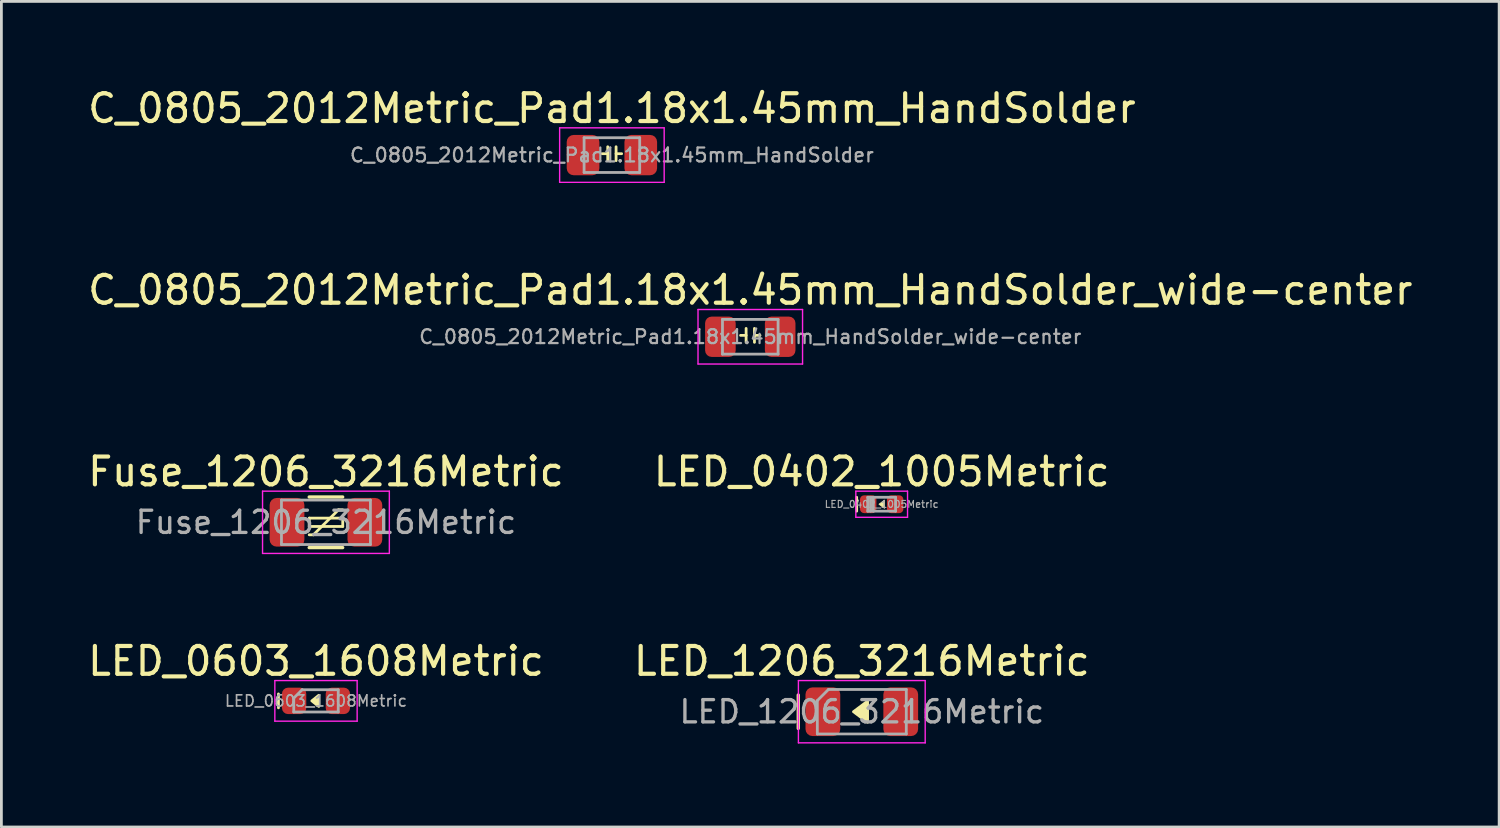
<source format=kicad_pcb>
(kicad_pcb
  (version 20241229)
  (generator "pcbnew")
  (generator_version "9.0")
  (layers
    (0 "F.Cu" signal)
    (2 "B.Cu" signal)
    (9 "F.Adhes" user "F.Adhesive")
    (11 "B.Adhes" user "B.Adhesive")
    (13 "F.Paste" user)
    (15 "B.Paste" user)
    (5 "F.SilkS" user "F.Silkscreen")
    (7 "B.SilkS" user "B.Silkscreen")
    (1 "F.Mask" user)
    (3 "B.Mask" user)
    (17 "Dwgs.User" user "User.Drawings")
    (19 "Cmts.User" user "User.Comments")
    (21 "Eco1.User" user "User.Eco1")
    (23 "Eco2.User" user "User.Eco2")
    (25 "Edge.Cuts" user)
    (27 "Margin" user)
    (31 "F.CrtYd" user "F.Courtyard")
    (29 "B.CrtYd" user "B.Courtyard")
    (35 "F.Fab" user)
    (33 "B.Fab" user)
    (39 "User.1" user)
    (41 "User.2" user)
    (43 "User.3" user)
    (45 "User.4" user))
  (footprint "LED_0603_1608Metric"
    (layer "F.Cu")
    (at 8.315 22.158)
    (property "Reference" "LED_0603_1608Metric" (at 0 -1.43 0) (layer "F.SilkS") (effects (font (size 1 1) (thickness 0.15))))
    (attr smd)
    (fp_line (start -1.35 0.25) (end -1.35 -0.25) (stroke (width 0.1) (type default)) (layer "F.SilkS"))
    (fp_poly (pts (xy 0.1 -0.2) (xy 0.1 0.2) (xy -0.15 0)) (stroke (width 0.1) (type solid)) (fill yes) (layer "F.SilkS"))
    (fp_line (start -1.48 -0.73) (end 1.48 -0.73) (stroke (width 0.05) (type solid)) (layer "F.CrtYd"))
    (fp_line (start -1.48 0.73) (end -1.48 -0.73) (stroke (width 0.05) (type solid)) (layer "F.CrtYd"))
    (fp_line (start 1.48 -0.73) (end 1.48 0.73) (stroke (width 0.05) (type solid)) (layer "F.CrtYd"))
    (fp_line (start 1.48 0.73) (end -1.48 0.73) (stroke (width 0.05) (type solid)) (layer "F.CrtYd"))
    (fp_line (start -0.8 -0.1) (end -0.8 0.4) (stroke (width 0.1) (type solid)) (layer "F.Fab"))
    (fp_line (start -0.8 0.4) (end 0.8 0.4) (stroke (width 0.1) (type solid)) (layer "F.Fab"))
    (fp_line (start -0.5 -0.4) (end -0.8 -0.1) (stroke (width 0.1) (type solid)) (layer "F.Fab"))
    (fp_line (start 0.8 -0.4) (end -0.5 -0.4) (stroke (width 0.1) (type solid)) (layer "F.Fab"))
    (fp_line (start 0.8 0.4) (end 0.8 -0.4) (stroke (width 0.1) (type solid)) (layer "F.Fab"))
    (fp_text user "${REFERENCE}" (at 0 0 0) (layer "F.Fab") (effects (font (size 0.4 0.4) (thickness 0.06))))
    (pad "1" smd roundrect (at -0.787 0) (size 0.875 0.95) (layers "F.Cu" "F.Mask" "F.Paste") (roundrect_rratio 0.25))
    (pad "2" smd roundrect (at 0.787 0) (size 0.875 0.95) (layers "F.Cu" "F.Mask" "F.Paste") (roundrect_rratio 0.25)))
  (footprint "C_0805_2012Metric_Pad1.18x1.45mm_HandSolder"
    (layer "F.Cu")
    (at 18.958 2.528)
    (property "Reference" "C_0805_2012Metric_Pad1.18x1.45mm_HandSolder" (at 0 -1.68 0) (layer "F.SilkS") (effects (font (size 1 1) (thickness 0.15))))
    (attr smd)
    (fp_line (start -0.15 -0.3) (end -0.15 0.2) (stroke (width 0.1) (type default)) (layer "F.SilkS"))
    (fp_line (start -0.15 -0.05) (end -0.35 -0.05) (stroke (width 0.1) (type default)) (layer "F.SilkS"))
    (fp_line (start 0.15 -0.05) (end 0.35 -0.05) (stroke (width 0.1) (type default)) (layer "F.SilkS"))
    (fp_line (start 0.15 0.2) (end 0.15 -0.3) (stroke (width 0.1) (type default)) (layer "F.SilkS"))
    (fp_line (start -1.88 -0.98) (end 1.88 -0.98) (stroke (width 0.05) (type solid)) (layer "F.CrtYd"))
    (fp_line (start -1.88 0.98) (end -1.88 -0.98) (stroke (width 0.05) (type solid)) (layer "F.CrtYd"))
    (fp_line (start 1.88 -0.98) (end 1.88 0.98) (stroke (width 0.05) (type solid)) (layer "F.CrtYd"))
    (fp_line (start 1.88 0.98) (end -1.88 0.98) (stroke (width 0.05) (type solid)) (layer "F.CrtYd"))
    (fp_line (start -1 -0.625) (end 1 -0.625) (stroke (width 0.1) (type solid)) (layer "F.Fab"))
    (fp_line (start -1 0.625) (end -1 -0.625) (stroke (width 0.1) (type solid)) (layer "F.Fab"))
    (fp_line (start 1 -0.625) (end 1 0.625) (stroke (width 0.1) (type solid)) (layer "F.Fab"))
    (fp_line (start 1 0.625) (end -1 0.625) (stroke (width 0.1) (type solid)) (layer "F.Fab"))
    (fp_text user "${REFERENCE}" (at 0 0 0) (layer "F.Fab") (effects (font (size 0.5 0.5) (thickness 0.08))))
    (pad "1" smd roundrect (at -1.038 0) (size 1.175 1.45) (layers "F.Cu" "F.Mask" "F.Paste") (roundrect_rratio 0.213))
    (pad "2" smd roundrect (at 1.038 0) (size 1.175 1.45) (layers "F.Cu" "F.Mask" "F.Paste") (roundrect_rratio 0.213)))
  (footprint "LED_0402_1005Metric"
    (layer "F.Cu")
    (at 28.661 15.085)
    (property "Reference" "LED_0402_1005Metric" (at 0 -1.17 0) (layer "F.SilkS") (effects (font (size 1 1) (thickness 0.15))))
    (attr smd)
    (fp_line (start -0.9 0.25) (end -0.9 -0.25) (stroke (width 0.1) (type default)) (layer "F.SilkS"))
    (fp_poly (pts (xy -0.1 0) (xy 0.1 -0.15) (xy 0.1 0.15)) (stroke (width 0.025) (type solid)) (fill yes) (layer "F.SilkS"))
    (fp_line (start -0.93 -0.47) (end 0.93 -0.47) (stroke (width 0.05) (type solid)) (layer "F.CrtYd"))
    (fp_line (start -0.93 0.47) (end -0.93 -0.47) (stroke (width 0.05) (type solid)) (layer "F.CrtYd"))
    (fp_line (start 0.93 -0.47) (end 0.93 0.47) (stroke (width 0.05) (type solid)) (layer "F.CrtYd"))
    (fp_line (start 0.93 0.47) (end -0.93 0.47) (stroke (width 0.05) (type solid)) (layer "F.CrtYd"))
    (fp_line (start -0.5 -0.25) (end 0.5 -0.25) (stroke (width 0.1) (type solid)) (layer "F.Fab"))
    (fp_line (start -0.5 0.25) (end -0.5 -0.25) (stroke (width 0.1) (type solid)) (layer "F.Fab"))
    (fp_line (start -0.4 0.25) (end -0.4 -0.25) (stroke (width 0.1) (type solid)) (layer "F.Fab"))
    (fp_line (start -0.3 0.25) (end -0.3 -0.25) (stroke (width 0.1) (type solid)) (layer "F.Fab"))
    (fp_line (start 0.5 -0.25) (end 0.5 0.25) (stroke (width 0.1) (type solid)) (layer "F.Fab"))
    (fp_line (start 0.5 0.25) (end -0.5 0.25) (stroke (width 0.1) (type solid)) (layer "F.Fab"))
    (fp_text user "${REFERENCE}" (at 0 0 0) (layer "F.Fab") (effects (font (size 0.25 0.25) (thickness 0.04))))
    (pad "1" smd roundrect (at -0.485 0) (size 0.59 0.64) (layers "F.Cu" "F.Mask" "F.Paste") (roundrect_rratio 0.25))
    (pad "2" smd roundrect (at 0.485 0) (size 0.59 0.64) (layers "F.Cu" "F.Mask" "F.Paste") (roundrect_rratio 0.25)))
  (footprint "LED_1206_3216Metric"
    (layer "F.Cu")
    (at 27.946 22.548)
    (property "Reference" "LED_1206_3216Metric" (at 0 -1.82 0) (layer "F.SilkS") (effects (font (size 1 1) (thickness 0.15))))
    (attr smd)
    (fp_line (start -2.285 -0.6) (end -2.285 0.6) (stroke (width 0.12) (type solid)) (layer "F.SilkS"))
    (fp_poly (pts (xy 0.208 -0.381) (xy 0.208 0.381) (xy -0.3 0)) (stroke (width 0.1) (type solid)) (fill yes) (layer "F.SilkS"))
    (fp_line (start -2.28 -1.12) (end 2.28 -1.12) (stroke (width 0.05) (type solid)) (layer "F.CrtYd"))
    (fp_line (start -2.28 1.12) (end -2.28 -1.12) (stroke (width 0.05) (type solid)) (layer "F.CrtYd"))
    (fp_line (start 2.28 -1.12) (end 2.28 1.12) (stroke (width 0.05) (type solid)) (layer "F.CrtYd"))
    (fp_line (start 2.28 1.12) (end -2.28 1.12) (stroke (width 0.05) (type solid)) (layer "F.CrtYd"))
    (fp_line (start -1.6 -0.4) (end -1.6 0.8) (stroke (width 0.1) (type solid)) (layer "F.Fab"))
    (fp_line (start -1.6 0.8) (end 1.6 0.8) (stroke (width 0.1) (type solid)) (layer "F.Fab"))
    (fp_line (start -1.2 -0.8) (end -1.6 -0.4) (stroke (width 0.1) (type solid)) (layer "F.Fab"))
    (fp_line (start 1.6 -0.8) (end -1.2 -0.8) (stroke (width 0.1) (type solid)) (layer "F.Fab"))
    (fp_line (start 1.6 0.8) (end 1.6 -0.8) (stroke (width 0.1) (type solid)) (layer "F.Fab"))
    (fp_text user "${REFERENCE}" (at 0 0 0) (layer "F.Fab") (effects (font (size 0.8 0.8) (thickness 0.12))))
    (pad "1" smd roundrect (at -1.4 0) (size 1.25 1.75) (layers "F.Cu" "F.Mask" "F.Paste") (roundrect_rratio 0.2))
    (pad "2" smd roundrect (at 1.4 0) (size 1.25 1.75) (layers "F.Cu" "F.Mask" "F.Paste") (roundrect_rratio 0.2)))
  (footprint "Fuse_1206_3216Metric"
    (layer "F.Cu")
    (at 8.673 15.735)
    (property "Reference" "Fuse_1206_3216Metric" (at 0 -1.82 0) (layer "F.SilkS") (effects (font (size 1 1) (thickness 0.15))))
    (attr smd)
    (fp_line (start -0.602 -0.91) (end 0.602 -0.91) (stroke (width 0.12) (type solid)) (layer "F.SilkS"))
    (fp_line (start -0.602 0.91) (end 0.602 0.91) (stroke (width 0.12) (type solid)) (layer "F.SilkS"))
    (fp_line (start -0.6 -0.15) (end 0.604 -0.15) (stroke (width 0.1) (type solid)) (layer "F.SilkS"))
    (fp_line (start -0.6 0.15) (end -0.6 -0.15) (stroke (width 0.1) (type default)) (layer "F.SilkS"))
    (fp_line (start -0.6 0.15) (end 0.604 0.15) (stroke (width 0.1) (type solid)) (layer "F.SilkS"))
    (fp_line (start -0.451 0.45) (end -0.602 0.45) (stroke (width 0.1) (type default)) (layer "F.SilkS"))
    (fp_line (start 0.451 -0.45) (end -0.451 0.45) (stroke (width 0.1) (type default)) (layer "F.SilkS"))
    (fp_line (start 0.6 -0.45) (end 0.451 -0.45) (stroke (width 0.1) (type default)) (layer "F.SilkS"))
    (fp_line (start 0.604 -0.15) (end 0.604 0.15) (stroke (width 0.1) (type default)) (layer "F.SilkS"))
    (fp_line (start -2.28 -1.12) (end 2.28 -1.12) (stroke (width 0.05) (type solid)) (layer "F.CrtYd"))
    (fp_line (start -2.28 1.12) (end -2.28 -1.12) (stroke (width 0.05) (type solid)) (layer "F.CrtYd"))
    (fp_line (start 2.28 -1.12) (end 2.28 1.12) (stroke (width 0.05) (type solid)) (layer "F.CrtYd"))
    (fp_line (start 2.28 1.12) (end -2.28 1.12) (stroke (width 0.05) (type solid)) (layer "F.CrtYd"))
    (fp_line (start -1.6 -0.8) (end 1.6 -0.8) (stroke (width 0.1) (type solid)) (layer "F.Fab"))
    (fp_line (start -1.6 0.8) (end -1.6 -0.8) (stroke (width 0.1) (type solid)) (layer "F.Fab"))
    (fp_line (start 1.6 -0.8) (end 1.6 0.8) (stroke (width 0.1) (type solid)) (layer "F.Fab"))
    (fp_line (start 1.6 0.8) (end -1.6 0.8) (stroke (width 0.1) (type solid)) (layer "F.Fab"))
    (fp_text user "${REFERENCE}" (at 0 0 0) (layer "F.Fab") (effects (font (size 0.8 0.8) (thickness 0.12))))
    (pad "1" smd roundrect (at -1.4 0) (size 1.25 1.75) (layers "F.Cu" "F.Mask" "F.Paste") (roundrect_rratio 0.2))
    (pad "2" smd roundrect (at 1.4 0) (size 1.25 1.75) (layers "F.Cu" "F.Mask" "F.Paste") (roundrect_rratio 0.2)))
  (footprint "C_0805_2012Metric_Pad1.18x1.45mm_HandSolder_wide-center"
    (layer "F.Cu")
    (at 23.935 9.062)
    (property "Reference" "C_0805_2012Metric_Pad1.18x1.45mm_HandSolder_wide-center" (at 0 -1.68 0) (layer "F.SilkS") (effects (font (size 1 1) (thickness 0.15))))
    (attr smd)
    (fp_line (start -0.15 -0.3) (end -0.15 0.2) (stroke (width 0.1) (type default)) (layer "F.SilkS"))
    (fp_line (start -0.15 -0.05) (end -0.35 -0.05) (stroke (width 0.1) (type default)) (layer "F.SilkS"))
    (fp_line (start 0.15 -0.05) (end 0.35 -0.05) (stroke (width 0.1) (type default)) (layer "F.SilkS"))
    (fp_line (start 0.15 0.2) (end 0.15 -0.3) (stroke (width 0.1) (type default)) (layer "F.SilkS"))
    (fp_line (start -1.88 -0.98) (end 1.88 -0.98) (stroke (width 0.05) (type solid)) (layer "F.CrtYd"))
    (fp_line (start -1.88 0.98) (end -1.88 -0.98) (stroke (width 0.05) (type solid)) (layer "F.CrtYd"))
    (fp_line (start 1.88 -0.98) (end 1.88 0.98) (stroke (width 0.05) (type solid)) (layer "F.CrtYd"))
    (fp_line (start 1.88 0.98) (end -1.88 0.98) (stroke (width 0.05) (type solid)) (layer "F.CrtYd"))
    (fp_line (start -1 -0.625) (end 1 -0.625) (stroke (width 0.1) (type solid)) (layer "F.Fab"))
    (fp_line (start -1 0.625) (end -1 -0.625) (stroke (width 0.1) (type solid)) (layer "F.Fab"))
    (fp_line (start 1 -0.625) (end 1 0.625) (stroke (width 0.1) (type solid)) (layer "F.Fab"))
    (fp_line (start 1 0.625) (end -1 0.625) (stroke (width 0.1) (type solid)) (layer "F.Fab"))
    (fp_text user "${REFERENCE}" (at 0 0 0) (layer "F.Fab") (effects (font (size 0.5 0.5) (thickness 0.08))))
    (pad "1" smd roundrect (at -1.075 0) (size 1.1 1.45) (layers "F.Cu" "F.Mask" "F.Paste") (roundrect_rratio 0.213))
    (pad "2" smd roundrect (at 1.075 0) (size 1.1 1.45) (layers "F.Cu" "F.Mask" "F.Paste") (roundrect_rratio 0.213)))
  (gr_rect
    (start -3 -3)
    (end 50.869 26.693)
    (stroke (width 0.1) (type default))
    (fill no)
    (layer "Edge.Cuts")))
</source>
